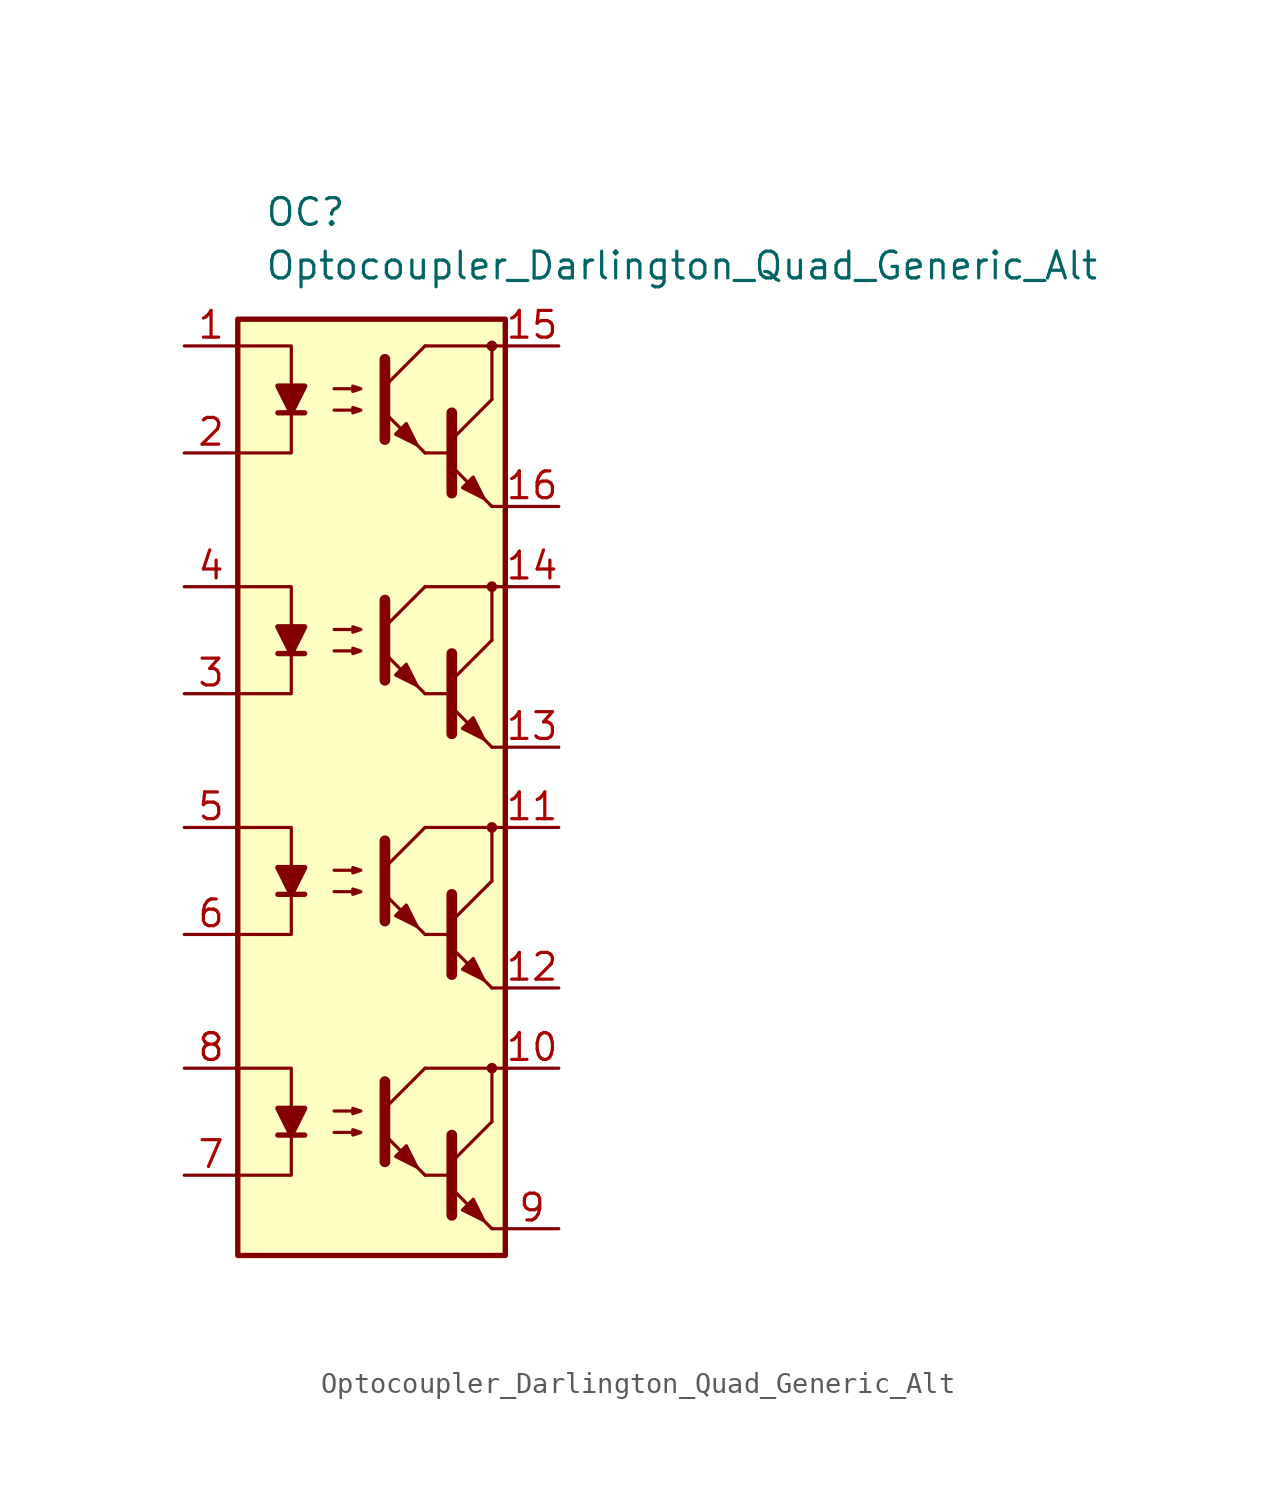
<source format=kicad_sym>
(kicad_symbol_lib
  (version 20231120)
  (generator "kicad_symbol_editor")
  (generator_version "8.0")
  (symbol "Optocoupler_Darlington_Quad_Generic_Alt"
    (pin_names
      (offset 1.016))
    (property "Reference" "OC"
      (at -5.08 26.67 0)
      (effects (font (size 1.27 1.27)) (justify left)))
    (property "Value" "Optocoupler_Darlington_Quad_Generic_Alt"
      (at -5.08 24.13 0)
      (effects (font (size 1.27 1.27)) (justify left)))
    (symbol "Optocoupler_Darlington_Quad_Generic_Alt_0_1"
      (rectangle (start -6.35 21.59) (end 6.35 -22.86) (stroke (width 0.254) (type default)) (fill (type background)))
      (polyline (pts (xy -4.445 17.145) (xy -3.175 17.145)) (stroke (width 0.254) (type default)) (fill (type none)))
      (polyline (pts (xy 2.54 15.24) (xy 3.81 15.24)) (stroke (width 0) (type default)) (fill (type none)))
      (polyline (pts (xy 3.81 15.875) (xy 5.715 17.78)) (stroke (width 0) (type default)) (fill (type none)))
      (polyline (pts (xy 5.715 12.7) (xy 3.81 14.605)) (stroke (width 0) (type default)) (fill (type outline)))
      (polyline (pts (xy 5.715 12.7) (xy 6.35 12.7)) (stroke (width 0) (type default)) (fill (type none)))
      (polyline (pts (xy 5.715 17.78) (xy 5.715 20.32)) (stroke (width 0) (type default)) (fill (type none)))
      (polyline (pts (xy 6.35 20.32) (xy 2.54 20.32)) (stroke (width 0) (type default)) (fill (type none)))
      (polyline (pts (xy -6.35 20.32) (xy -3.81 20.32) (xy -3.81 17.145)) (stroke (width 0) (type default)) (fill (type none)))
      (polyline (pts (xy -3.81 17.145) (xy -3.81 15.24) (xy -6.35 15.24)) (stroke (width 0) (type default)) (fill (type none)))
      (polyline (pts (xy 3.81 17.145) (xy 3.81 13.335) (xy 3.81 13.335)) (stroke (width 0.508) (type default)) (fill (type none)))
      (polyline (pts (xy -3.81 17.145) (xy -4.445 18.415) (xy -3.175 18.415) (xy -3.81 17.145)) (stroke (width 0.254) (type default)) (fill (type outline)))
      (polyline (pts (xy -1.778 17.272) (xy -0.508 17.272) (xy -0.889 17.145) (xy -0.889 17.399) (xy -0.508 17.272)) (stroke (width 0) (type default)) (fill (type none)))
      (polyline (pts (xy -1.778 18.288) (xy -0.508 18.288) (xy -0.889 18.161) (xy -0.889 18.415) (xy -0.508 18.288)) (stroke (width 0) (type default)) (fill (type none)))
      (polyline (pts (xy 4.318 13.589) (xy 4.826 14.097) (xy 5.334 13.081) (xy 4.318 13.589) (xy 4.318 13.589)) (stroke (width 0) (type default)) (fill (type outline)))
      (circle (center 5.715 20.32) (radius 0.178) (stroke (width 0) (type default)) (fill (type outline))))
    (symbol "Optocoupler_Darlington_Quad_Generic_Alt_1_1"
      (polyline (pts (xy -4.445 -17.145) (xy -3.175 -17.145)) (stroke (width 0.254) (type default)) (fill (type none)))
      (polyline (pts (xy -4.445 -5.715) (xy -3.175 -5.715)) (stroke (width 0.254) (type default)) (fill (type none)))
      (polyline (pts (xy -4.445 5.715) (xy -3.175 5.715)) (stroke (width 0.254) (type default)) (fill (type none)))
      (polyline (pts (xy 0.635 -15.875) (xy 2.54 -13.97)) (stroke (width 0) (type default)) (fill (type none)))
      (polyline (pts (xy 0.635 -4.445) (xy 2.54 -2.54)) (stroke (width 0) (type default)) (fill (type none)))
      (polyline (pts (xy 0.635 6.985) (xy 2.54 8.89)) (stroke (width 0) (type default)) (fill (type none)))
      (polyline (pts (xy 0.635 18.415) (xy 2.54 20.32)) (stroke (width 0) (type default)) (fill (type none)))
      (polyline (pts (xy 2.54 -19.05) (xy 0.635 -17.145)) (stroke (width 0) (type default)) (fill (type outline)))
      (polyline (pts (xy 2.54 -19.05) (xy 3.81 -19.05)) (stroke (width 0) (type default)) (fill (type none)))
      (polyline (pts (xy 2.54 -7.62) (xy 0.635 -5.715)) (stroke (width 0) (type default)) (fill (type outline)))
      (polyline (pts (xy 2.54 -7.62) (xy 3.81 -7.62)) (stroke (width 0) (type default)) (fill (type none)))
      (polyline (pts (xy 2.54 3.81) (xy 0.635 5.715)) (stroke (width 0) (type default)) (fill (type outline)))
      (polyline (pts (xy 2.54 3.81) (xy 3.81 3.81)) (stroke (width 0) (type default)) (fill (type none)))
      (polyline (pts (xy 2.54 15.24) (xy 0.635 17.145)) (stroke (width 0) (type default)) (fill (type outline)))
      (polyline (pts (xy 3.81 -18.415) (xy 5.715 -16.51)) (stroke (width 0) (type default)) (fill (type none)))
      (polyline (pts (xy 3.81 -6.985) (xy 5.715 -5.08)) (stroke (width 0) (type default)) (fill (type none)))
      (polyline (pts (xy 3.81 4.445) (xy 5.715 6.35)) (stroke (width 0) (type default)) (fill (type none)))
      (polyline (pts (xy 5.715 -21.59) (xy 3.81 -19.685)) (stroke (width 0) (type default)) (fill (type outline)))
      (polyline (pts (xy 5.715 -21.59) (xy 6.35 -21.59)) (stroke (width 0) (type default)) (fill (type none)))
      (polyline (pts (xy 5.715 -16.51) (xy 5.715 -13.97)) (stroke (width 0) (type default)) (fill (type none)))
      (polyline (pts (xy 5.715 -10.16) (xy 3.81 -8.255)) (stroke (width 0) (type default)) (fill (type outline)))
      (polyline (pts (xy 5.715 -10.16) (xy 6.35 -10.16)) (stroke (width 0) (type default)) (fill (type none)))
      (polyline (pts (xy 5.715 -5.08) (xy 5.715 -2.54)) (stroke (width 0) (type default)) (fill (type none)))
      (polyline (pts (xy 5.715 1.27) (xy 3.81 3.175)) (stroke (width 0) (type default)) (fill (type outline)))
      (polyline (pts (xy 5.715 1.27) (xy 6.35 1.27)) (stroke (width 0) (type default)) (fill (type none)))
      (polyline (pts (xy 5.715 6.35) (xy 5.715 8.89)) (stroke (width 0) (type default)) (fill (type none)))
      (polyline (pts (xy 6.35 -13.97) (xy 2.54 -13.97)) (stroke (width 0) (type default)) (fill (type none)))
      (polyline (pts (xy 6.35 -2.54) (xy 2.54 -2.54)) (stroke (width 0) (type default)) (fill (type none)))
      (polyline (pts (xy 6.35 8.89) (xy 2.54 8.89)) (stroke (width 0) (type default)) (fill (type none)))
      (polyline (pts (xy -6.35 -13.97) (xy -3.81 -13.97) (xy -3.81 -17.145)) (stroke (width 0) (type default)) (fill (type none)))
      (polyline (pts (xy -6.35 -2.54) (xy -3.81 -2.54) (xy -3.81 -5.715)) (stroke (width 0) (type default)) (fill (type none)))
      (polyline (pts (xy -6.35 8.89) (xy -3.81 8.89) (xy -3.81 5.715)) (stroke (width 0) (type default)) (fill (type none)))
      (polyline (pts (xy -3.81 -17.145) (xy -3.81 -19.05) (xy -6.35 -19.05)) (stroke (width 0) (type default)) (fill (type none)))
      (polyline (pts (xy -3.81 -5.715) (xy -3.81 -7.62) (xy -6.35 -7.62)) (stroke (width 0) (type default)) (fill (type none)))
      (polyline (pts (xy -3.81 5.715) (xy -3.81 3.81) (xy -6.35 3.81)) (stroke (width 0) (type default)) (fill (type none)))
      (polyline (pts (xy 0.635 -14.605) (xy 0.635 -18.415) (xy 0.635 -18.415)) (stroke (width 0.508) (type default)) (fill (type none)))
      (polyline (pts (xy 0.635 -3.175) (xy 0.635 -6.985) (xy 0.635 -6.985)) (stroke (width 0.508) (type default)) (fill (type none)))
      (polyline (pts (xy 0.635 8.255) (xy 0.635 4.445) (xy 0.635 4.445)) (stroke (width 0.508) (type default)) (fill (type none)))
      (polyline (pts (xy 0.635 19.685) (xy 0.635 15.875) (xy 0.635 15.875)) (stroke (width 0.508) (type default)) (fill (type none)))
      (polyline (pts (xy 3.81 -17.145) (xy 3.81 -20.955) (xy 3.81 -20.955)) (stroke (width 0.508) (type default)) (fill (type none)))
      (polyline (pts (xy 3.81 -5.715) (xy 3.81 -9.525) (xy 3.81 -9.525)) (stroke (width 0.508) (type default)) (fill (type none)))
      (polyline (pts (xy 3.81 5.715) (xy 3.81 1.905) (xy 3.81 1.905)) (stroke (width 0.508) (type default)) (fill (type none)))
      (polyline (pts (xy -3.81 -17.145) (xy -4.445 -15.875) (xy -3.175 -15.875) (xy -3.81 -17.145)) (stroke (width 0.254) (type default)) (fill (type outline)))
      (polyline (pts (xy -3.81 -5.715) (xy -4.445 -4.445) (xy -3.175 -4.445) (xy -3.81 -5.715)) (stroke (width 0.254) (type default)) (fill (type outline)))
      (polyline (pts (xy -3.81 5.715) (xy -4.445 6.985) (xy -3.175 6.985) (xy -3.81 5.715)) (stroke (width 0.254) (type default)) (fill (type outline)))
      (polyline (pts (xy -1.778 -17.018) (xy -0.508 -17.018) (xy -0.889 -17.145) (xy -0.889 -16.891) (xy -0.508 -17.018)) (stroke (width 0) (type default)) (fill (type none)))
      (polyline (pts (xy -1.778 -16.002) (xy -0.508 -16.002) (xy -0.889 -16.129) (xy -0.889 -15.875) (xy -0.508 -16.002)) (stroke (width 0) (type default)) (fill (type none)))
      (polyline (pts (xy -1.778 -5.588) (xy -0.508 -5.588) (xy -0.889 -5.715) (xy -0.889 -5.461) (xy -0.508 -5.588)) (stroke (width 0) (type default)) (fill (type none)))
      (polyline (pts (xy -1.778 -4.572) (xy -0.508 -4.572) (xy -0.889 -4.699) (xy -0.889 -4.445) (xy -0.508 -4.572)) (stroke (width 0) (type default)) (fill (type none)))
      (polyline (pts (xy -1.778 5.842) (xy -0.508 5.842) (xy -0.889 5.715) (xy -0.889 5.969) (xy -0.508 5.842)) (stroke (width 0) (type default)) (fill (type none)))
      (polyline (pts (xy -1.778 6.858) (xy -0.508 6.858) (xy -0.889 6.731) (xy -0.889 6.985) (xy -0.508 6.858)) (stroke (width 0) (type default)) (fill (type none)))
      (polyline (pts (xy 1.143 -18.161) (xy 1.651 -17.653) (xy 2.159 -18.669) (xy 1.143 -18.161) (xy 1.143 -18.161)) (stroke (width 0) (type default)) (fill (type outline)))
      (polyline (pts (xy 1.143 -6.731) (xy 1.651 -6.223) (xy 2.159 -7.239) (xy 1.143 -6.731) (xy 1.143 -6.731)) (stroke (width 0) (type default)) (fill (type outline)))
      (polyline (pts (xy 1.143 4.699) (xy 1.651 5.207) (xy 2.159 4.191) (xy 1.143 4.699) (xy 1.143 4.699)) (stroke (width 0) (type default)) (fill (type outline)))
      (polyline (pts (xy 1.143 16.129) (xy 1.651 16.637) (xy 2.159 15.621) (xy 1.143 16.129) (xy 1.143 16.129)) (stroke (width 0) (type default)) (fill (type outline)))
      (polyline (pts (xy 4.318 -20.701) (xy 4.826 -20.193) (xy 5.334 -21.209) (xy 4.318 -20.701) (xy 4.318 -20.701)) (stroke (width 0) (type default)) (fill (type outline)))
      (polyline (pts (xy 4.318 -9.271) (xy 4.826 -8.763) (xy 5.334 -9.779) (xy 4.318 -9.271) (xy 4.318 -9.271)) (stroke (width 0) (type default)) (fill (type outline)))
      (polyline (pts (xy 4.318 2.159) (xy 4.826 2.667) (xy 5.334 1.651) (xy 4.318 2.159) (xy 4.318 2.159)) (stroke (width 0) (type default)) (fill (type outline)))
      (circle (center 5.715 -13.97) (radius 0.178) (stroke (width 0) (type default)) (fill (type outline)))
      (circle (center 5.715 -2.54) (radius 0.178) (stroke (width 0) (type default)) (fill (type outline)))
      (circle (center 5.715 8.89) (radius 0.178) (stroke (width 0) (type default)) (fill (type outline)))
      (pin passive line (at -8.89 20.32 0) (length 2.54) (name "~" (effects (font (size 1.27 1.27)))) (number "1" (effects (font (size 1.27 1.27)))))
      (pin passive line (at 8.89 -13.97 180) (length 2.54) (name "~" (effects (font (size 1.27 1.27)))) (number "10" (effects (font (size 1.27 1.27)))))
      (pin passive line (at 8.89 -2.54 180) (length 2.54) (name "~" (effects (font (size 1.27 1.27)))) (number "11" (effects (font (size 1.27 1.27)))))
      (pin passive line (at 8.89 -10.16 180) (length 2.54) (name "~" (effects (font (size 1.27 1.27)))) (number "12" (effects (font (size 1.27 1.27)))))
      (pin passive line (at 8.89 1.27 180) (length 2.54) (name "~" (effects (font (size 1.27 1.27)))) (number "13" (effects (font (size 1.27 1.27)))))
      (pin passive line (at 8.89 8.89 180) (length 2.54) (name "~" (effects (font (size 1.27 1.27)))) (number "14" (effects (font (size 1.27 1.27)))))
      (pin passive line (at 8.89 20.32 180) (length 2.54) (name "~" (effects (font (size 1.27 1.27)))) (number "15" (effects (font (size 1.27 1.27)))))
      (pin passive line (at 8.89 12.7 180) (length 2.54) (name "~" (effects (font (size 1.27 1.27)))) (number "16" (effects (font (size 1.27 1.27)))))
      (pin passive line (at -8.89 15.24 0) (length 2.54) (name "~" (effects (font (size 1.27 1.27)))) (number "2" (effects (font (size 1.27 1.27)))))
      (pin passive line (at -8.89 3.81 0) (length 2.54) (name "~" (effects (font (size 1.27 1.27)))) (number "3" (effects (font (size 1.27 1.27)))))
      (pin passive line (at -8.89 8.89 0) (length 2.54) (name "~" (effects (font (size 1.27 1.27)))) (number "4" (effects (font (size 1.27 1.27)))))
      (pin passive line (at -8.89 -2.54 0) (length 2.54) (name "~" (effects (font (size 1.27 1.27)))) (number "5" (effects (font (size 1.27 1.27)))))
      (pin passive line (at -8.89 -7.62 0) (length 2.54) (name "~" (effects (font (size 1.27 1.27)))) (number "6" (effects (font (size 1.27 1.27)))))
      (pin passive line (at -8.89 -19.05 0) (length 2.54) (name "~" (effects (font (size 1.27 1.27)))) (number "7" (effects (font (size 1.27 1.27)))))
      (pin passive line (at -8.89 -13.97 0) (length 2.54) (name "~" (effects (font (size 1.27 1.27)))) (number "8" (effects (font (size 1.27 1.27)))))
      (pin passive line (at 8.89 -21.59 180) (length 2.54) (name "~" (effects (font (size 1.27 1.27)))) (number "9" (effects (font (size 1.27 1.27))))))))
</source>
